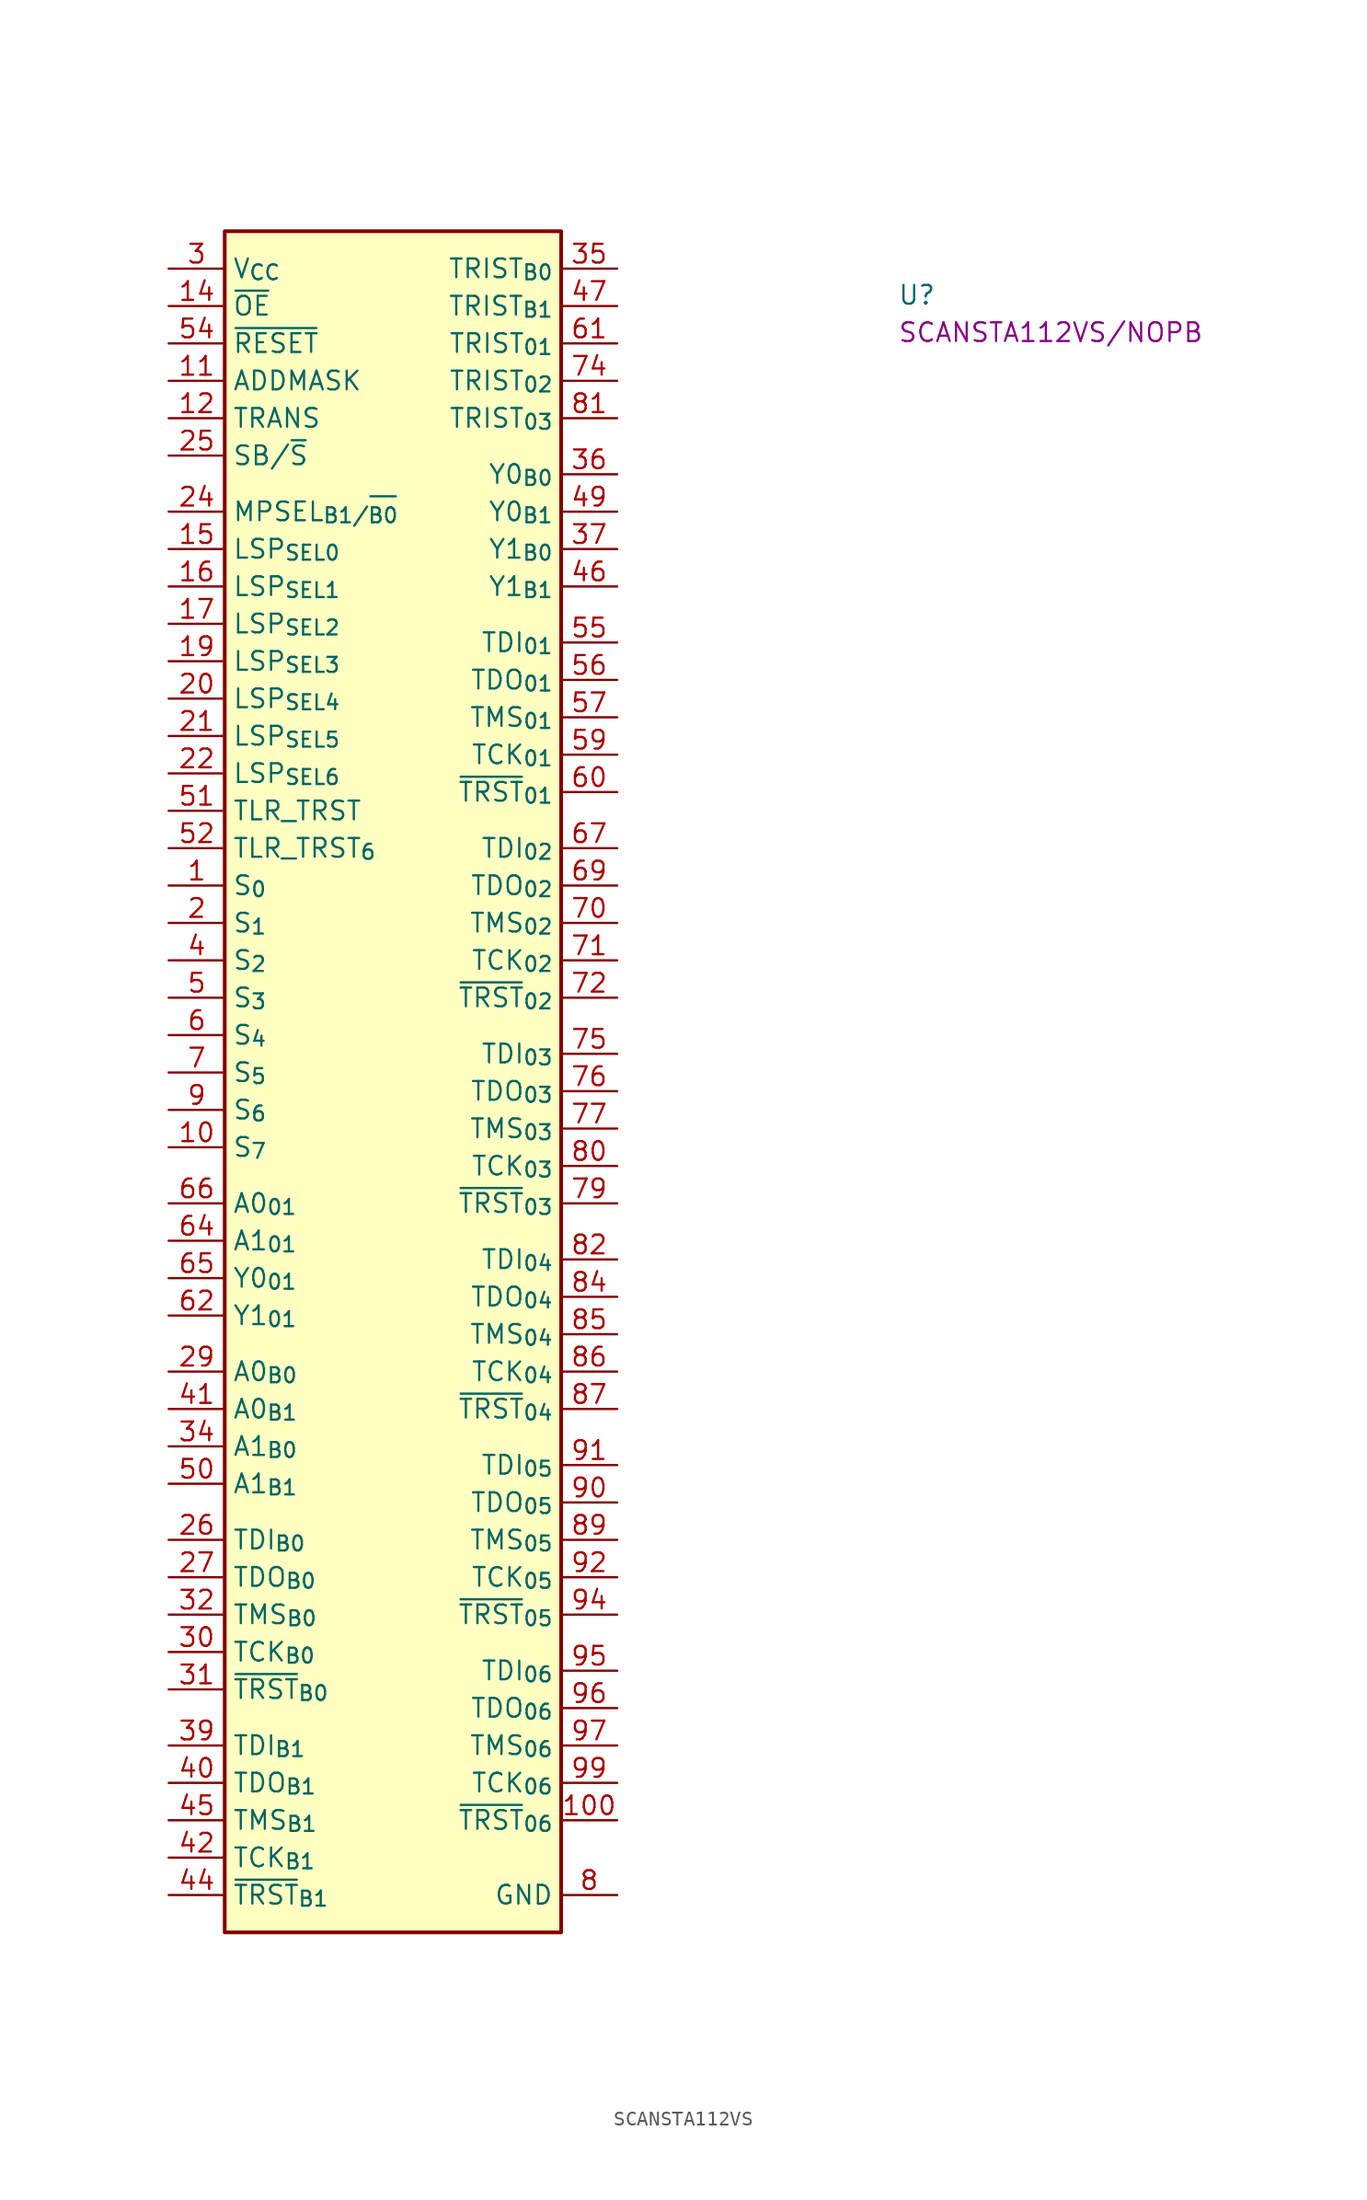
<source format=kicad_sym>
(kicad_symbol_lib
  (version 20220914)
  (generator kicad_symbol_editor)
  (symbol "SCANSTA112VS"
    (property "Reference" "U"
      (at 49.53 -2.54 0)
      (effects (font (size 1.27 1.27) (thickness 0.15)) (justify left bottom)))
    (property "MPN" "SCANSTA112VS/NOPB"
      (at 49.53 -5.08 0)
      (effects (font (size 1.27 1.27) (thickness 0.15)) (justify left bottom)))
    (symbol "SCANSTA112VS_1_1"
      (rectangle (start 3.81 2.54) (end 26.67 -113.03) (stroke (width 0.254) (type default)) (fill (type background)))
      (pin input line (at 0 -41.91 0) (length 3.81) (name "S_{0}" (effects (font (size 1.27 1.27)))) (number "1" (effects (font (size 1.27 1.27)))))
      (pin input line (at 0 -59.69 0) (length 3.81) (name "S_{7}" (effects (font (size 1.27 1.27)))) (number "10" (effects (font (size 1.27 1.27)))))
      (pin output line (at 30.48 -105.41 180) (length 3.81) (name "~{TRST}_{06}" (effects (font (size 1.27 1.27)))) (number "100" (effects (font (size 1.27 1.27)))))
      (pin input line (at 0 -7.62 0) (length 3.81) (name "ADDMASK" (effects (font (size 1.27 1.27)))) (number "11" (effects (font (size 1.27 1.27)))))
      (pin input line (at 0 -10.16 0) (length 3.81) (name "TRANS" (effects (font (size 1.27 1.27)))) (number "12" (effects (font (size 1.27 1.27)))))
      (pin passive line (at 0 0 0) (length 3.81) hide (name "V_{CC}" (effects (font (size 1.27 1.27)))) (number "13" (effects (font (size 1.27 1.27)))))
      (pin input line (at 0 -2.54 0) (length 3.81) (name "~{OE}" (effects (font (size 1.27 1.27)))) (number "14" (effects (font (size 1.27 1.27)))))
      (pin input line (at 0 -19.05 0) (length 3.81) (name "LSP_{SEL0}" (effects (font (size 1.27 1.27)))) (number "15" (effects (font (size 1.27 1.27)))))
      (pin input line (at 0 -21.59 0) (length 3.81) (name "LSP_{SEL1}" (effects (font (size 1.27 1.27)))) (number "16" (effects (font (size 1.27 1.27)))))
      (pin input line (at 0 -24.13 0) (length 3.81) (name "LSP_{SEL2}" (effects (font (size 1.27 1.27)))) (number "17" (effects (font (size 1.27 1.27)))))
      (pin passive line (at 30.48 -110.49 180) (length 3.81) hide (name "GND" (effects (font (size 1.27 1.27)))) (number "18" (effects (font (size 1.27 1.27)))))
      (pin input line (at 0 -26.67 0) (length 3.81) (name "LSP_{SEL3}" (effects (font (size 1.27 1.27)))) (number "19" (effects (font (size 1.27 1.27)))))
      (pin input line (at 0 -44.45 0) (length 3.81) (name "S_{1}" (effects (font (size 1.27 1.27)))) (number "2" (effects (font (size 1.27 1.27)))))
      (pin input line (at 0 -29.21 0) (length 3.81) (name "LSP_{SEL4}" (effects (font (size 1.27 1.27)))) (number "20" (effects (font (size 1.27 1.27)))))
      (pin input line (at 0 -31.75 0) (length 3.81) (name "LSP_{SEL5}" (effects (font (size 1.27 1.27)))) (number "21" (effects (font (size 1.27 1.27)))))
      (pin input line (at 0 -34.29 0) (length 3.81) (name "LSP_{SEL6}" (effects (font (size 1.27 1.27)))) (number "22" (effects (font (size 1.27 1.27)))))
      (pin passive line (at 0 0 0) (length 3.81) hide (name "V_{CC}" (effects (font (size 1.27 1.27)))) (number "23" (effects (font (size 1.27 1.27)))))
      (pin input line (at 0 -16.51 0) (length 3.81) (name "MPSEL_{B1/~{B0}}" (effects (font (size 1.27 1.27)))) (number "24" (effects (font (size 1.27 1.27)))) (alternate "MPSEL_{~{B0}}" input line))
      (pin input line (at 0 -12.7 0) (length 3.81) (name "SB/~{S}" (effects (font (size 1.27 1.27)))) (number "25" (effects (font (size 1.27 1.27)))) (alternate "~{S}" input line))
      (pin input line (at 0 -86.36 0) (length 3.81) (name "TDI_{B0}" (effects (font (size 1.27 1.27)))) (number "26" (effects (font (size 1.27 1.27)))))
      (pin output line (at 0 -88.9 0) (length 3.81) (name "TDO_{B0}" (effects (font (size 1.27 1.27)))) (number "27" (effects (font (size 1.27 1.27)))))
      (pin passive line (at 30.48 -110.49 180) (length 3.81) hide (name "GND" (effects (font (size 1.27 1.27)))) (number "28" (effects (font (size 1.27 1.27)))))
      (pin input line (at 0 -74.93 0) (length 3.81) (name "A0_{B0}" (effects (font (size 1.27 1.27)))) (number "29" (effects (font (size 1.27 1.27)))))
      (pin power_in line (at 0 0 0) (length 3.81) (name "V_{CC}" (effects (font (size 1.27 1.27)))) (number "3" (effects (font (size 1.27 1.27)))))
      (pin bidirectional line (at 0 -93.98 0) (length 3.81) (name "TCK_{B0}" (effects (font (size 1.27 1.27)))) (number "30" (effects (font (size 1.27 1.27)))))
      (pin bidirectional line (at 0 -96.52 0) (length 3.81) (name "~{TRST}_{B0}" (effects (font (size 1.27 1.27)))) (number "31" (effects (font (size 1.27 1.27)))))
      (pin output line (at 0 -91.44 0) (length 3.81) (name "TMS_{B0}" (effects (font (size 1.27 1.27)))) (number "32" (effects (font (size 1.27 1.27)))))
      (pin passive line (at 0 0 0) (length 3.81) hide (name "V_{CC}" (effects (font (size 1.27 1.27)))) (number "33" (effects (font (size 1.27 1.27)))))
      (pin input line (at 0 -80.01 0) (length 3.81) (name "A1_{B0}" (effects (font (size 1.27 1.27)))) (number "34" (effects (font (size 1.27 1.27)))))
      (pin output line (at 30.48 0 180) (length 3.81) (name "TRIST_{B0}" (effects (font (size 1.27 1.27)))) (number "35" (effects (font (size 1.27 1.27)))))
      (pin output line (at 30.48 -13.97 180) (length 3.81) (name "Y0_{B0}" (effects (font (size 1.27 1.27)))) (number "36" (effects (font (size 1.27 1.27)))))
      (pin output line (at 30.48 -19.05 180) (length 3.81) (name "Y1_{B0}" (effects (font (size 1.27 1.27)))) (number "37" (effects (font (size 1.27 1.27)))))
      (pin passive line (at 30.48 -110.49 180) (length 3.81) hide (name "GND" (effects (font (size 1.27 1.27)))) (number "38" (effects (font (size 1.27 1.27)))))
      (pin input line (at 0 -100.33 0) (length 3.81) (name "TDI_{B1}" (effects (font (size 1.27 1.27)))) (number "39" (effects (font (size 1.27 1.27)))))
      (pin input line (at 0 -46.99 0) (length 3.81) (name "S_{2}" (effects (font (size 1.27 1.27)))) (number "4" (effects (font (size 1.27 1.27)))))
      (pin bidirectional line (at 0 -102.87 0) (length 3.81) (name "TDO_{B1}" (effects (font (size 1.27 1.27)))) (number "40" (effects (font (size 1.27 1.27)))))
      (pin input line (at 0 -77.47 0) (length 3.81) (name "A0_{B1}" (effects (font (size 1.27 1.27)))) (number "41" (effects (font (size 1.27 1.27)))))
      (pin bidirectional line (at 0 -107.95 0) (length 3.81) (name "TCK_{B1}" (effects (font (size 1.27 1.27)))) (number "42" (effects (font (size 1.27 1.27)))))
      (pin passive line (at 0 0 0) (length 3.81) hide (name "V_{CC}" (effects (font (size 1.27 1.27)))) (number "43" (effects (font (size 1.27 1.27)))))
      (pin bidirectional line (at 0 -110.49 0) (length 3.81) (name "~{TRST}_{B1}" (effects (font (size 1.27 1.27)))) (number "44" (effects (font (size 1.27 1.27)))))
      (pin bidirectional line (at 0 -105.41 0) (length 3.81) (name "TMS_{B1}" (effects (font (size 1.27 1.27)))) (number "45" (effects (font (size 1.27 1.27)))))
      (pin output line (at 30.48 -21.59 180) (length 3.81) (name "Y1_{B1}" (effects (font (size 1.27 1.27)))) (number "46" (effects (font (size 1.27 1.27)))))
      (pin output line (at 30.48 -2.54 180) (length 3.81) (name "TRIST_{B1}" (effects (font (size 1.27 1.27)))) (number "47" (effects (font (size 1.27 1.27)))))
      (pin passive line (at 30.48 -110.49 180) (length 3.81) hide (name "GND" (effects (font (size 1.27 1.27)))) (number "48" (effects (font (size 1.27 1.27)))))
      (pin output line (at 30.48 -16.51 180) (length 3.81) (name "Y0_{B1}" (effects (font (size 1.27 1.27)))) (number "49" (effects (font (size 1.27 1.27)))))
      (pin input line (at 0 -49.53 0) (length 3.81) (name "S_{3}" (effects (font (size 1.27 1.27)))) (number "5" (effects (font (size 1.27 1.27)))))
      (pin input line (at 0 -82.55 0) (length 3.81) (name "A1_{B1}" (effects (font (size 1.27 1.27)))) (number "50" (effects (font (size 1.27 1.27)))))
      (pin input line (at 0 -36.83 0) (length 3.81) (name "TLR_TRST" (effects (font (size 1.27 1.27)))) (number "51" (effects (font (size 1.27 1.27)))))
      (pin input line (at 0 -39.37 0) (length 3.81) (name "TLR_TRST_{6}" (effects (font (size 1.27 1.27)))) (number "52" (effects (font (size 1.27 1.27)))))
      (pin passive line (at 0 0 0) (length 3.81) hide (name "V_{CC}" (effects (font (size 1.27 1.27)))) (number "53" (effects (font (size 1.27 1.27)))))
      (pin input line (at 0 -5.08 0) (length 3.81) (name "~{RESET}" (effects (font (size 1.27 1.27)))) (number "54" (effects (font (size 1.27 1.27)))))
      (pin input line (at 30.48 -25.4 180) (length 3.81) (name "TDI_{01}" (effects (font (size 1.27 1.27)))) (number "55" (effects (font (size 1.27 1.27)))))
      (pin output line (at 30.48 -27.94 180) (length 3.81) (name "TDO_{01}" (effects (font (size 1.27 1.27)))) (number "56" (effects (font (size 1.27 1.27)))))
      (pin output line (at 30.48 -30.48 180) (length 3.81) (name "TMS_{01}" (effects (font (size 1.27 1.27)))) (number "57" (effects (font (size 1.27 1.27)))))
      (pin passive line (at 30.48 -110.49 180) (length 3.81) hide (name "GND" (effects (font (size 1.27 1.27)))) (number "58" (effects (font (size 1.27 1.27)))))
      (pin output line (at 30.48 -33.02 180) (length 3.81) (name "TCK_{01}" (effects (font (size 1.27 1.27)))) (number "59" (effects (font (size 1.27 1.27)))))
      (pin input line (at 0 -52.07 0) (length 3.81) (name "S_{4}" (effects (font (size 1.27 1.27)))) (number "6" (effects (font (size 1.27 1.27)))))
      (pin output line (at 30.48 -35.56 180) (length 3.81) (name "~{TRST}_{01}" (effects (font (size 1.27 1.27)))) (number "60" (effects (font (size 1.27 1.27)))))
      (pin output line (at 30.48 -5.08 180) (length 3.81) (name "TRIST_{01}" (effects (font (size 1.27 1.27)))) (number "61" (effects (font (size 1.27 1.27)))))
      (pin output line (at 0 -71.12 0) (length 3.81) (name "Y1_{01}" (effects (font (size 1.27 1.27)))) (number "62" (effects (font (size 1.27 1.27)))))
      (pin passive line (at 0 0 0) (length 3.81) hide (name "V_{CC}" (effects (font (size 1.27 1.27)))) (number "63" (effects (font (size 1.27 1.27)))))
      (pin input line (at 0 -66.04 0) (length 3.81) (name "A1_{01}" (effects (font (size 1.27 1.27)))) (number "64" (effects (font (size 1.27 1.27)))))
      (pin output line (at 0 -68.58 0) (length 3.81) (name "Y0_{01}" (effects (font (size 1.27 1.27)))) (number "65" (effects (font (size 1.27 1.27)))))
      (pin input line (at 0 -63.5 0) (length 3.81) (name "A0_{01}" (effects (font (size 1.27 1.27)))) (number "66" (effects (font (size 1.27 1.27)))))
      (pin input line (at 30.48 -39.37 180) (length 3.81) (name "TDI_{02}" (effects (font (size 1.27 1.27)))) (number "67" (effects (font (size 1.27 1.27)))))
      (pin passive line (at 30.48 -110.49 180) (length 3.81) hide (name "GND" (effects (font (size 1.27 1.27)))) (number "68" (effects (font (size 1.27 1.27)))))
      (pin output line (at 30.48 -41.91 180) (length 3.81) (name "TDO_{02}" (effects (font (size 1.27 1.27)))) (number "69" (effects (font (size 1.27 1.27)))))
      (pin input line (at 0 -54.61 0) (length 3.81) (name "S_{5}" (effects (font (size 1.27 1.27)))) (number "7" (effects (font (size 1.27 1.27)))))
      (pin output line (at 30.48 -44.45 180) (length 3.81) (name "TMS_{02}" (effects (font (size 1.27 1.27)))) (number "70" (effects (font (size 1.27 1.27)))))
      (pin output line (at 30.48 -46.99 180) (length 3.81) (name "TCK_{02}" (effects (font (size 1.27 1.27)))) (number "71" (effects (font (size 1.27 1.27)))))
      (pin output line (at 30.48 -49.53 180) (length 3.81) (name "~{TRST}_{02}" (effects (font (size 1.27 1.27)))) (number "72" (effects (font (size 1.27 1.27)))))
      (pin passive line (at 0 0 0) (length 3.81) hide (name "V_{CC}" (effects (font (size 1.27 1.27)))) (number "73" (effects (font (size 1.27 1.27)))))
      (pin output line (at 30.48 -7.62 180) (length 3.81) (name "TRIST_{02}" (effects (font (size 1.27 1.27)))) (number "74" (effects (font (size 1.27 1.27)))))
      (pin input line (at 30.48 -53.34 180) (length 3.81) (name "TDI_{03}" (effects (font (size 1.27 1.27)))) (number "75" (effects (font (size 1.27 1.27)))))
      (pin output line (at 30.48 -55.88 180) (length 3.81) (name "TDO_{03}" (effects (font (size 1.27 1.27)))) (number "76" (effects (font (size 1.27 1.27)))))
      (pin output line (at 30.48 -58.42 180) (length 3.81) (name "TMS_{03}" (effects (font (size 1.27 1.27)))) (number "77" (effects (font (size 1.27 1.27)))))
      (pin passive line (at 30.48 -110.49 180) (length 3.81) hide (name "GND" (effects (font (size 1.27 1.27)))) (number "78" (effects (font (size 1.27 1.27)))))
      (pin output line (at 30.48 -63.5 180) (length 3.81) (name "~{TRST}_{03}" (effects (font (size 1.27 1.27)))) (number "79" (effects (font (size 1.27 1.27)))))
      (pin power_in line (at 30.48 -110.49 180) (length 3.81) (name "GND" (effects (font (size 1.27 1.27)))) (number "8" (effects (font (size 1.27 1.27)))))
      (pin output line (at 30.48 -60.96 180) (length 3.81) (name "TCK_{03}" (effects (font (size 1.27 1.27)))) (number "80" (effects (font (size 1.27 1.27)))))
      (pin output line (at 30.48 -10.16 180) (length 3.81) (name "TRIST_{03}" (effects (font (size 1.27 1.27)))) (number "81" (effects (font (size 1.27 1.27)))))
      (pin input line (at 30.48 -67.31 180) (length 3.81) (name "TDI_{04}" (effects (font (size 1.27 1.27)))) (number "82" (effects (font (size 1.27 1.27)))))
      (pin passive line (at 0 0 0) (length 3.81) hide (name "V_{CC}" (effects (font (size 1.27 1.27)))) (number "83" (effects (font (size 1.27 1.27)))))
      (pin output line (at 30.48 -69.85 180) (length 3.81) (name "TDO_{04}" (effects (font (size 1.27 1.27)))) (number "84" (effects (font (size 1.27 1.27)))))
      (pin output line (at 30.48 -72.39 180) (length 3.81) (name "TMS_{04}" (effects (font (size 1.27 1.27)))) (number "85" (effects (font (size 1.27 1.27)))))
      (pin output line (at 30.48 -74.93 180) (length 3.81) (name "TCK_{04}" (effects (font (size 1.27 1.27)))) (number "86" (effects (font (size 1.27 1.27)))))
      (pin output line (at 30.48 -77.47 180) (length 3.81) (name "~{TRST}_{04}" (effects (font (size 1.27 1.27)))) (number "87" (effects (font (size 1.27 1.27)))))
      (pin passive line (at 30.48 -110.49 180) (length 3.81) hide (name "GND" (effects (font (size 1.27 1.27)))) (number "88" (effects (font (size 1.27 1.27)))))
      (pin output line (at 30.48 -86.36 180) (length 3.81) (name "TMS_{05}" (effects (font (size 1.27 1.27)))) (number "89" (effects (font (size 1.27 1.27)))))
      (pin input line (at 0 -57.15 0) (length 3.81) (name "S_{6}" (effects (font (size 1.27 1.27)))) (number "9" (effects (font (size 1.27 1.27)))))
      (pin output line (at 30.48 -83.82 180) (length 3.81) (name "TDO_{05}" (effects (font (size 1.27 1.27)))) (number "90" (effects (font (size 1.27 1.27)))))
      (pin input line (at 30.48 -81.28 180) (length 3.81) (name "TDI_{05}" (effects (font (size 1.27 1.27)))) (number "91" (effects (font (size 1.27 1.27)))))
      (pin output line (at 30.48 -88.9 180) (length 3.81) (name "TCK_{05}" (effects (font (size 1.27 1.27)))) (number "92" (effects (font (size 1.27 1.27)))))
      (pin passive line (at 0 0 0) (length 3.81) hide (name "V_{CC}" (effects (font (size 1.27 1.27)))) (number "93" (effects (font (size 1.27 1.27)))))
      (pin output line (at 30.48 -91.44 180) (length 3.81) (name "~{TRST}_{05}" (effects (font (size 1.27 1.27)))) (number "94" (effects (font (size 1.27 1.27)))))
      (pin input line (at 30.48 -95.25 180) (length 3.81) (name "TDI_{06}" (effects (font (size 1.27 1.27)))) (number "95" (effects (font (size 1.27 1.27)))))
      (pin output line (at 30.48 -97.79 180) (length 3.81) (name "TDO_{06}" (effects (font (size 1.27 1.27)))) (number "96" (effects (font (size 1.27 1.27)))))
      (pin output line (at 30.48 -100.33 180) (length 3.81) (name "TMS_{06}" (effects (font (size 1.27 1.27)))) (number "97" (effects (font (size 1.27 1.27)))))
      (pin passive line (at 30.48 -110.49 180) (length 3.81) hide (name "GND" (effects (font (size 1.27 1.27)))) (number "98" (effects (font (size 1.27 1.27)))))
      (pin output line (at 30.48 -102.87 180) (length 3.81) (name "TCK_{06}" (effects (font (size 1.27 1.27)))) (number "99" (effects (font (size 1.27 1.27))))))))
</source>
